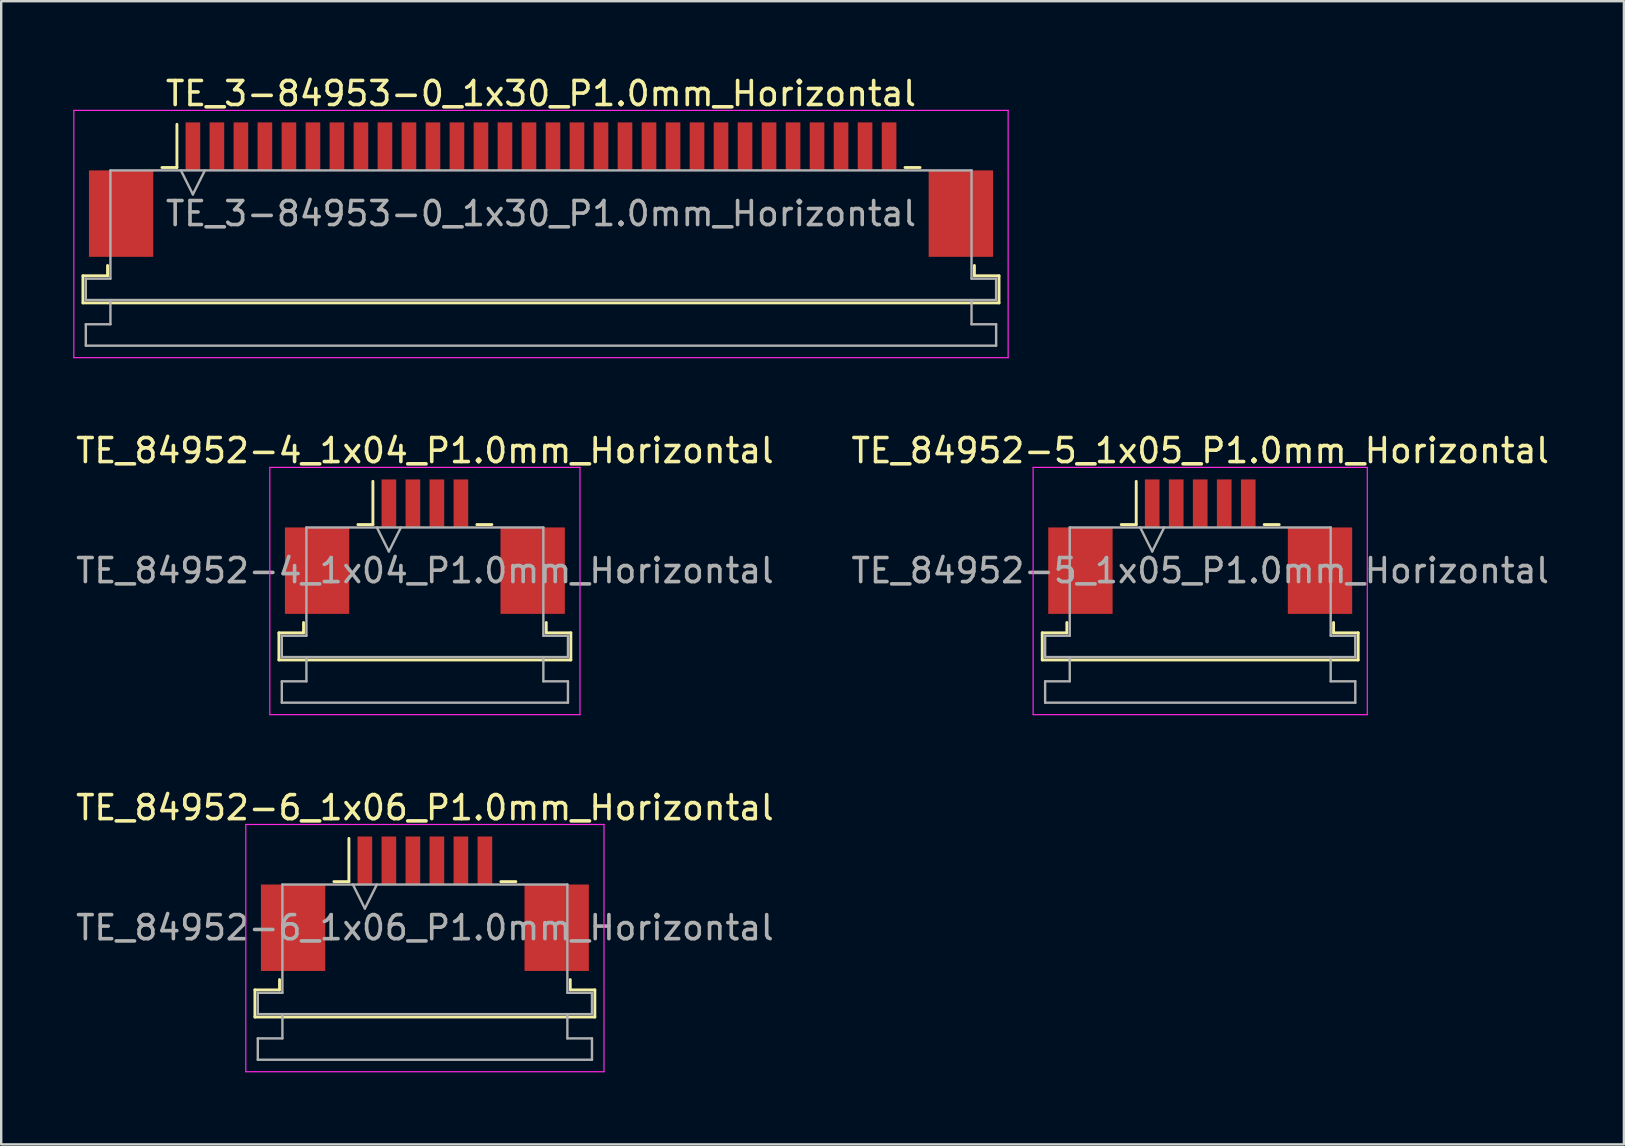
<source format=kicad_pcb>
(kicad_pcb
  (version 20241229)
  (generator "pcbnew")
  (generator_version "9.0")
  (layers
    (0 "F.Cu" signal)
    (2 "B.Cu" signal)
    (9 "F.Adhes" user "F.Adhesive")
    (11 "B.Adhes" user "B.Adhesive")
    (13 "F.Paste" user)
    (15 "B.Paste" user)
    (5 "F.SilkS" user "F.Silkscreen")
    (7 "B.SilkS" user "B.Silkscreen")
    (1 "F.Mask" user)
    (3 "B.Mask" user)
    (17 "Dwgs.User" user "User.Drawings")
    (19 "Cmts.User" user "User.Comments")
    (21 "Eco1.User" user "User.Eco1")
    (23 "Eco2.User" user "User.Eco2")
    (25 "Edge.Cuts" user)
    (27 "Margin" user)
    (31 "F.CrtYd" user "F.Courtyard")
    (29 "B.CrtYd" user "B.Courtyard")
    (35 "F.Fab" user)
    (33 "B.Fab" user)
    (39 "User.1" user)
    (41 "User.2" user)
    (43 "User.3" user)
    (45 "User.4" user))
  (footprint "TE_3-84953-0_1x30_P1.0mm_Horizontal"
    (layer "F.Cu")
    (at 19.485 4.848)
    (property "Reference" "TE_3-84953-0_1x30_P1.0mm_Horizontal" (at 0 -4 0) (layer "F.SilkS") (effects (font (size 1 1) (thickness 0.15))))
    (attr smd)
    (fp_line (start -19.08 3.59) (end -18.055 3.59) (stroke (width 0.12) (type solid)) (layer "F.SilkS"))
    (fp_line (start -19.08 4.72) (end -19.08 3.59) (stroke (width 0.12) (type solid)) (layer "F.SilkS"))
    (fp_line (start -18.055 3.59) (end -18.055 3.16) (stroke (width 0.12) (type solid)) (layer "F.SilkS"))
    (fp_line (start -15.79 -0.92) (end -15.165 -0.92) (stroke (width 0.12) (type solid)) (layer "F.SilkS"))
    (fp_line (start -15.165 -0.92) (end -15.165 -2.72) (stroke (width 0.12) (type solid)) (layer "F.SilkS"))
    (fp_line (start 15.165 -0.92) (end 15.79 -0.92) (stroke (width 0.12) (type solid)) (layer "F.SilkS"))
    (fp_line (start 18.055 3.16) (end 18.055 3.59) (stroke (width 0.12) (type solid)) (layer "F.SilkS"))
    (fp_line (start 18.055 3.59) (end 19.08 3.59) (stroke (width 0.12) (type solid)) (layer "F.SilkS"))
    (fp_line (start 19.08 3.59) (end 19.08 4.72) (stroke (width 0.12) (type solid)) (layer "F.SilkS"))
    (fp_line (start 19.08 4.72) (end -19.08 4.72) (stroke (width 0.12) (type solid)) (layer "F.SilkS"))
    (fp_line (start -19.46 -3.3) (end -19.46 7) (stroke (width 0.05) (type solid)) (layer "F.CrtYd"))
    (fp_line (start -19.46 7) (end 19.46 7) (stroke (width 0.05) (type solid)) (layer "F.CrtYd"))
    (fp_line (start 19.46 -3.3) (end -19.46 -3.3) (stroke (width 0.05) (type solid)) (layer "F.CrtYd"))
    (fp_line (start 19.46 7) (end 19.46 -3.3) (stroke (width 0.05) (type solid)) (layer "F.CrtYd"))
    (fp_line (start -18.96 3.71) (end -17.935 3.71) (stroke (width 0.1) (type solid)) (layer "F.Fab"))
    (fp_line (start -18.96 4.6) (end -18.96 3.71) (stroke (width 0.1) (type solid)) (layer "F.Fab"))
    (fp_line (start -18.96 5.61) (end -17.935 5.61) (stroke (width 0.1) (type solid)) (layer "F.Fab"))
    (fp_line (start -18.96 6.5) (end -18.96 5.61) (stroke (width 0.1) (type solid)) (layer "F.Fab"))
    (fp_line (start -17.935 -0.8) (end 17.935 -0.8) (stroke (width 0.1) (type solid)) (layer "F.Fab"))
    (fp_line (start -17.935 3.71) (end -17.935 -0.8) (stroke (width 0.1) (type solid)) (layer "F.Fab"))
    (fp_line (start -17.935 5.61) (end -17.935 4.6) (stroke (width 0.1) (type solid)) (layer "F.Fab"))
    (fp_line (start -15 -0.8) (end -14.5 0.2) (stroke (width 0.1) (type solid)) (layer "F.Fab"))
    (fp_line (start -14.5 0.2) (end -14 -0.8) (stroke (width 0.1) (type solid)) (layer "F.Fab"))
    (fp_line (start 17.935 -0.8) (end 17.935 3.71) (stroke (width 0.1) (type solid)) (layer "F.Fab"))
    (fp_line (start 17.935 3.71) (end 18.96 3.71) (stroke (width 0.1) (type solid)) (layer "F.Fab"))
    (fp_line (start 17.935 4.6) (end 17.935 5.61) (stroke (width 0.1) (type solid)) (layer "F.Fab"))
    (fp_line (start 17.935 5.61) (end 18.96 5.61) (stroke (width 0.1) (type solid)) (layer "F.Fab"))
    (fp_line (start 18.96 3.71) (end 18.96 4.6) (stroke (width 0.1) (type solid)) (layer "F.Fab"))
    (fp_line (start 18.96 4.6) (end -18.96 4.6) (stroke (width 0.1) (type solid)) (layer "F.Fab"))
    (fp_line (start 18.96 5.61) (end 18.96 6.5) (stroke (width 0.1) (type solid)) (layer "F.Fab"))
    (fp_line (start 18.96 6.5) (end -18.96 6.5) (stroke (width 0.1) (type solid)) (layer "F.Fab"))
    (fp_text user "${REFERENCE}" (at 0 1 0) (layer "F.Fab") (effects (font (size 1 1) (thickness 0.15))))
    (pad "" smd rect (at -17.49 1) (size 2.68 3.6) (layers "F.Cu" "F.Mask" "F.Paste"))
    (pad "" smd rect (at 17.49 1) (size 2.68 3.6) (layers "F.Cu" "F.Mask" "F.Paste"))
    (pad "1" smd rect (at -14.5 -1.8) (size 0.61 2) (layers "F.Cu" "F.Mask" "F.Paste"))
    (pad "2" smd rect (at -13.5 -1.8) (size 0.61 2) (layers "F.Cu" "F.Mask" "F.Paste"))
    (pad "3" smd rect (at -12.5 -1.8) (size 0.61 2) (layers "F.Cu" "F.Mask" "F.Paste"))
    (pad "4" smd rect (at -11.5 -1.8) (size 0.61 2) (layers "F.Cu" "F.Mask" "F.Paste"))
    (pad "5" smd rect (at -10.5 -1.8) (size 0.61 2) (layers "F.Cu" "F.Mask" "F.Paste"))
    (pad "6" smd rect (at -9.5 -1.8) (size 0.61 2) (layers "F.Cu" "F.Mask" "F.Paste"))
    (pad "7" smd rect (at -8.5 -1.8) (size 0.61 2) (layers "F.Cu" "F.Mask" "F.Paste"))
    (pad "8" smd rect (at -7.5 -1.8) (size 0.61 2) (layers "F.Cu" "F.Mask" "F.Paste"))
    (pad "9" smd rect (at -6.5 -1.8) (size 0.61 2) (layers "F.Cu" "F.Mask" "F.Paste"))
    (pad "10" smd rect (at -5.5 -1.8) (size 0.61 2) (layers "F.Cu" "F.Mask" "F.Paste"))
    (pad "11" smd rect (at -4.5 -1.8) (size 0.61 2) (layers "F.Cu" "F.Mask" "F.Paste"))
    (pad "12" smd rect (at -3.5 -1.8) (size 0.61 2) (layers "F.Cu" "F.Mask" "F.Paste"))
    (pad "13" smd rect (at -2.5 -1.8) (size 0.61 2) (layers "F.Cu" "F.Mask" "F.Paste"))
    (pad "14" smd rect (at -1.5 -1.8) (size 0.61 2) (layers "F.Cu" "F.Mask" "F.Paste"))
    (pad "15" smd rect (at -0.5 -1.8) (size 0.61 2) (layers "F.Cu" "F.Mask" "F.Paste"))
    (pad "16" smd rect (at 0.5 -1.8) (size 0.61 2) (layers "F.Cu" "F.Mask" "F.Paste"))
    (pad "17" smd rect (at 1.5 -1.8) (size 0.61 2) (layers "F.Cu" "F.Mask" "F.Paste"))
    (pad "18" smd rect (at 2.5 -1.8) (size 0.61 2) (layers "F.Cu" "F.Mask" "F.Paste"))
    (pad "19" smd rect (at 3.5 -1.8) (size 0.61 2) (layers "F.Cu" "F.Mask" "F.Paste"))
    (pad "20" smd rect (at 4.5 -1.8) (size 0.61 2) (layers "F.Cu" "F.Mask" "F.Paste"))
    (pad "21" smd rect (at 5.5 -1.8) (size 0.61 2) (layers "F.Cu" "F.Mask" "F.Paste"))
    (pad "22" smd rect (at 6.5 -1.8) (size 0.61 2) (layers "F.Cu" "F.Mask" "F.Paste"))
    (pad "23" smd rect (at 7.5 -1.8) (size 0.61 2) (layers "F.Cu" "F.Mask" "F.Paste"))
    (pad "24" smd rect (at 8.5 -1.8) (size 0.61 2) (layers "F.Cu" "F.Mask" "F.Paste"))
    (pad "25" smd rect (at 9.5 -1.8) (size 0.61 2) (layers "F.Cu" "F.Mask" "F.Paste"))
    (pad "26" smd rect (at 10.5 -1.8) (size 0.61 2) (layers "F.Cu" "F.Mask" "F.Paste"))
    (pad "27" smd rect (at 11.5 -1.8) (size 0.61 2) (layers "F.Cu" "F.Mask" "F.Paste"))
    (pad "28" smd rect (at 12.5 -1.8) (size 0.61 2) (layers "F.Cu" "F.Mask" "F.Paste"))
    (pad "29" smd rect (at 13.5 -1.8) (size 0.61 2) (layers "F.Cu" "F.Mask" "F.Paste"))
    (pad "30" smd rect (at 14.5 -1.8) (size 0.61 2) (layers "F.Cu" "F.Mask" "F.Paste")))
  (footprint "TE_84952-4_1x04_P1.0mm_Horizontal"
    (layer "F.Cu")
    (at 14.649 19.721)
    (property "Reference" "TE_84952-4_1x04_P1.0mm_Horizontal" (at 0 -4 0) (layer "F.SilkS") (effects (font (size 1 1) (thickness 0.15))))
    (attr smd)
    (fp_line (start -6.08 3.59) (end -5.055 3.59) (stroke (width 0.12) (type solid)) (layer "F.SilkS"))
    (fp_line (start -6.08 4.72) (end -6.08 3.59) (stroke (width 0.12) (type solid)) (layer "F.SilkS"))
    (fp_line (start -5.055 3.59) (end -5.055 3.16) (stroke (width 0.12) (type solid)) (layer "F.SilkS"))
    (fp_line (start -2.79 -0.92) (end -2.165 -0.92) (stroke (width 0.12) (type solid)) (layer "F.SilkS"))
    (fp_line (start -2.165 -0.92) (end -2.165 -2.72) (stroke (width 0.12) (type solid)) (layer "F.SilkS"))
    (fp_line (start 2.165 -0.92) (end 2.79 -0.92) (stroke (width 0.12) (type solid)) (layer "F.SilkS"))
    (fp_line (start 5.055 3.16) (end 5.055 3.59) (stroke (width 0.12) (type solid)) (layer "F.SilkS"))
    (fp_line (start 5.055 3.59) (end 6.08 3.59) (stroke (width 0.12) (type solid)) (layer "F.SilkS"))
    (fp_line (start 6.08 3.59) (end 6.08 4.72) (stroke (width 0.12) (type solid)) (layer "F.SilkS"))
    (fp_line (start 6.08 4.72) (end -6.08 4.72) (stroke (width 0.12) (type solid)) (layer "F.SilkS"))
    (fp_line (start -6.46 -3.3) (end -6.46 7) (stroke (width 0.05) (type solid)) (layer "F.CrtYd"))
    (fp_line (start -6.46 7) (end 6.46 7) (stroke (width 0.05) (type solid)) (layer "F.CrtYd"))
    (fp_line (start 6.46 -3.3) (end -6.46 -3.3) (stroke (width 0.05) (type solid)) (layer "F.CrtYd"))
    (fp_line (start 6.46 7) (end 6.46 -3.3) (stroke (width 0.05) (type solid)) (layer "F.CrtYd"))
    (fp_line (start -5.96 3.71) (end -4.935 3.71) (stroke (width 0.1) (type solid)) (layer "F.Fab"))
    (fp_line (start -5.96 4.6) (end -5.96 3.71) (stroke (width 0.1) (type solid)) (layer "F.Fab"))
    (fp_line (start -5.96 5.61) (end -4.935 5.61) (stroke (width 0.1) (type solid)) (layer "F.Fab"))
    (fp_line (start -5.96 6.5) (end -5.96 5.61) (stroke (width 0.1) (type solid)) (layer "F.Fab"))
    (fp_line (start -4.935 -0.8) (end 4.935 -0.8) (stroke (width 0.1) (type solid)) (layer "F.Fab"))
    (fp_line (start -4.935 3.71) (end -4.935 -0.8) (stroke (width 0.1) (type solid)) (layer "F.Fab"))
    (fp_line (start -4.935 5.61) (end -4.935 4.6) (stroke (width 0.1) (type solid)) (layer "F.Fab"))
    (fp_line (start -2 -0.8) (end -1.5 0.2) (stroke (width 0.1) (type solid)) (layer "F.Fab"))
    (fp_line (start -1.5 0.2) (end -1 -0.8) (stroke (width 0.1) (type solid)) (layer "F.Fab"))
    (fp_line (start 4.935 -0.8) (end 4.935 3.71) (stroke (width 0.1) (type solid)) (layer "F.Fab"))
    (fp_line (start 4.935 3.71) (end 5.96 3.71) (stroke (width 0.1) (type solid)) (layer "F.Fab"))
    (fp_line (start 4.935 4.6) (end 4.935 5.61) (stroke (width 0.1) (type solid)) (layer "F.Fab"))
    (fp_line (start 4.935 5.61) (end 5.96 5.61) (stroke (width 0.1) (type solid)) (layer "F.Fab"))
    (fp_line (start 5.96 3.71) (end 5.96 4.6) (stroke (width 0.1) (type solid)) (layer "F.Fab"))
    (fp_line (start 5.96 4.6) (end -5.96 4.6) (stroke (width 0.1) (type solid)) (layer "F.Fab"))
    (fp_line (start 5.96 5.61) (end 5.96 6.5) (stroke (width 0.1) (type solid)) (layer "F.Fab"))
    (fp_line (start 5.96 6.5) (end -5.96 6.5) (stroke (width 0.1) (type solid)) (layer "F.Fab"))
    (fp_text user "${REFERENCE}" (at 0 1 0) (layer "F.Fab") (effects (font (size 1 1) (thickness 0.15))))
    (pad "" smd rect (at -4.49 1) (size 2.68 3.6) (layers "F.Cu" "F.Mask" "F.Paste"))
    (pad "" smd rect (at 4.49 1) (size 2.68 3.6) (layers "F.Cu" "F.Mask" "F.Paste"))
    (pad "1" smd rect (at -1.5 -1.8) (size 0.61 2) (layers "F.Cu" "F.Mask" "F.Paste"))
    (pad "2" smd rect (at -0.5 -1.8) (size 0.61 2) (layers "F.Cu" "F.Mask" "F.Paste"))
    (pad "3" smd rect (at 0.5 -1.8) (size 0.61 2) (layers "F.Cu" "F.Mask" "F.Paste"))
    (pad "4" smd rect (at 1.5 -1.8) (size 0.61 2) (layers "F.Cu" "F.Mask" "F.Paste")))
  (footprint "TE_84952-6_1x06_P1.0mm_Horizontal"
    (layer "F.Cu")
    (at 14.649 34.595)
    (property "Reference" "TE_84952-6_1x06_P1.0mm_Horizontal" (at 0 -4 0) (layer "F.SilkS") (effects (font (size 1 1) (thickness 0.15))))
    (attr smd)
    (fp_line (start -7.08 3.59) (end -6.055 3.59) (stroke (width 0.12) (type solid)) (layer "F.SilkS"))
    (fp_line (start -7.08 4.72) (end -7.08 3.59) (stroke (width 0.12) (type solid)) (layer "F.SilkS"))
    (fp_line (start -6.055 3.59) (end -6.055 3.16) (stroke (width 0.12) (type solid)) (layer "F.SilkS"))
    (fp_line (start -3.79 -0.92) (end -3.165 -0.92) (stroke (width 0.12) (type solid)) (layer "F.SilkS"))
    (fp_line (start -3.165 -0.92) (end -3.165 -2.72) (stroke (width 0.12) (type solid)) (layer "F.SilkS"))
    (fp_line (start 3.165 -0.92) (end 3.79 -0.92) (stroke (width 0.12) (type solid)) (layer "F.SilkS"))
    (fp_line (start 6.055 3.16) (end 6.055 3.59) (stroke (width 0.12) (type solid)) (layer "F.SilkS"))
    (fp_line (start 6.055 3.59) (end 7.08 3.59) (stroke (width 0.12) (type solid)) (layer "F.SilkS"))
    (fp_line (start 7.08 3.59) (end 7.08 4.72) (stroke (width 0.12) (type solid)) (layer "F.SilkS"))
    (fp_line (start 7.08 4.72) (end -7.08 4.72) (stroke (width 0.12) (type solid)) (layer "F.SilkS"))
    (fp_line (start -7.46 -3.3) (end -7.46 7) (stroke (width 0.05) (type solid)) (layer "F.CrtYd"))
    (fp_line (start -7.46 7) (end 7.46 7) (stroke (width 0.05) (type solid)) (layer "F.CrtYd"))
    (fp_line (start 7.46 -3.3) (end -7.46 -3.3) (stroke (width 0.05) (type solid)) (layer "F.CrtYd"))
    (fp_line (start 7.46 7) (end 7.46 -3.3) (stroke (width 0.05) (type solid)) (layer "F.CrtYd"))
    (fp_line (start -6.96 3.71) (end -5.935 3.71) (stroke (width 0.1) (type solid)) (layer "F.Fab"))
    (fp_line (start -6.96 4.6) (end -6.96 3.71) (stroke (width 0.1) (type solid)) (layer "F.Fab"))
    (fp_line (start -6.96 5.61) (end -5.935 5.61) (stroke (width 0.1) (type solid)) (layer "F.Fab"))
    (fp_line (start -6.96 6.5) (end -6.96 5.61) (stroke (width 0.1) (type solid)) (layer "F.Fab"))
    (fp_line (start -5.935 -0.8) (end 5.935 -0.8) (stroke (width 0.1) (type solid)) (layer "F.Fab"))
    (fp_line (start -5.935 3.71) (end -5.935 -0.8) (stroke (width 0.1) (type solid)) (layer "F.Fab"))
    (fp_line (start -5.935 5.61) (end -5.935 4.6) (stroke (width 0.1) (type solid)) (layer "F.Fab"))
    (fp_line (start -3 -0.8) (end -2.5 0.2) (stroke (width 0.1) (type solid)) (layer "F.Fab"))
    (fp_line (start -2.5 0.2) (end -2 -0.8) (stroke (width 0.1) (type solid)) (layer "F.Fab"))
    (fp_line (start 5.935 -0.8) (end 5.935 3.71) (stroke (width 0.1) (type solid)) (layer "F.Fab"))
    (fp_line (start 5.935 3.71) (end 6.96 3.71) (stroke (width 0.1) (type solid)) (layer "F.Fab"))
    (fp_line (start 5.935 4.6) (end 5.935 5.61) (stroke (width 0.1) (type solid)) (layer "F.Fab"))
    (fp_line (start 5.935 5.61) (end 6.96 5.61) (stroke (width 0.1) (type solid)) (layer "F.Fab"))
    (fp_line (start 6.96 3.71) (end 6.96 4.6) (stroke (width 0.1) (type solid)) (layer "F.Fab"))
    (fp_line (start 6.96 4.6) (end -6.96 4.6) (stroke (width 0.1) (type solid)) (layer "F.Fab"))
    (fp_line (start 6.96 5.61) (end 6.96 6.5) (stroke (width 0.1) (type solid)) (layer "F.Fab"))
    (fp_line (start 6.96 6.5) (end -6.96 6.5) (stroke (width 0.1) (type solid)) (layer "F.Fab"))
    (fp_text user "${REFERENCE}" (at 0 1 0) (layer "F.Fab") (effects (font (size 1 1) (thickness 0.15))))
    (pad "" smd rect (at -5.49 1) (size 2.68 3.6) (layers "F.Cu" "F.Mask" "F.Paste"))
    (pad "" smd rect (at 5.49 1) (size 2.68 3.6) (layers "F.Cu" "F.Mask" "F.Paste"))
    (pad "1" smd rect (at -2.5 -1.8) (size 0.61 2) (layers "F.Cu" "F.Mask" "F.Paste"))
    (pad "2" smd rect (at -1.5 -1.8) (size 0.61 2) (layers "F.Cu" "F.Mask" "F.Paste"))
    (pad "3" smd rect (at -0.5 -1.8) (size 0.61 2) (layers "F.Cu" "F.Mask" "F.Paste"))
    (pad "4" smd rect (at 0.5 -1.8) (size 0.61 2) (layers "F.Cu" "F.Mask" "F.Paste"))
    (pad "5" smd rect (at 1.5 -1.8) (size 0.61 2) (layers "F.Cu" "F.Mask" "F.Paste"))
    (pad "6" smd rect (at 2.5 -1.8) (size 0.61 2) (layers "F.Cu" "F.Mask" "F.Paste")))
  (footprint "TE_84952-5_1x05_P1.0mm_Horizontal"
    (layer "F.Cu")
    (at 46.946 19.721)
    (property "Reference" "TE_84952-5_1x05_P1.0mm_Horizontal" (at 0 -4 0) (layer "F.SilkS") (effects (font (size 1 1) (thickness 0.15))))
    (attr smd)
    (fp_line (start -6.58 3.59) (end -5.555 3.59) (stroke (width 0.12) (type solid)) (layer "F.SilkS"))
    (fp_line (start -6.58 4.72) (end -6.58 3.59) (stroke (width 0.12) (type solid)) (layer "F.SilkS"))
    (fp_line (start -5.555 3.59) (end -5.555 3.16) (stroke (width 0.12) (type solid)) (layer "F.SilkS"))
    (fp_line (start -3.29 -0.92) (end -2.665 -0.92) (stroke (width 0.12) (type solid)) (layer "F.SilkS"))
    (fp_line (start -2.665 -0.92) (end -2.665 -2.72) (stroke (width 0.12) (type solid)) (layer "F.SilkS"))
    (fp_line (start 2.665 -0.92) (end 3.29 -0.92) (stroke (width 0.12) (type solid)) (layer "F.SilkS"))
    (fp_line (start 5.555 3.16) (end 5.555 3.59) (stroke (width 0.12) (type solid)) (layer "F.SilkS"))
    (fp_line (start 5.555 3.59) (end 6.58 3.59) (stroke (width 0.12) (type solid)) (layer "F.SilkS"))
    (fp_line (start 6.58 3.59) (end 6.58 4.72) (stroke (width 0.12) (type solid)) (layer "F.SilkS"))
    (fp_line (start 6.58 4.72) (end -6.58 4.72) (stroke (width 0.12) (type solid)) (layer "F.SilkS"))
    (fp_line (start -6.96 -3.3) (end -6.96 7) (stroke (width 0.05) (type solid)) (layer "F.CrtYd"))
    (fp_line (start -6.96 7) (end 6.96 7) (stroke (width 0.05) (type solid)) (layer "F.CrtYd"))
    (fp_line (start 6.96 -3.3) (end -6.96 -3.3) (stroke (width 0.05) (type solid)) (layer "F.CrtYd"))
    (fp_line (start 6.96 7) (end 6.96 -3.3) (stroke (width 0.05) (type solid)) (layer "F.CrtYd"))
    (fp_line (start -6.46 3.71) (end -5.435 3.71) (stroke (width 0.1) (type solid)) (layer "F.Fab"))
    (fp_line (start -6.46 4.6) (end -6.46 3.71) (stroke (width 0.1) (type solid)) (layer "F.Fab"))
    (fp_line (start -6.46 5.61) (end -5.435 5.61) (stroke (width 0.1) (type solid)) (layer "F.Fab"))
    (fp_line (start -6.46 6.5) (end -6.46 5.61) (stroke (width 0.1) (type solid)) (layer "F.Fab"))
    (fp_line (start -5.435 -0.8) (end 5.435 -0.8) (stroke (width 0.1) (type solid)) (layer "F.Fab"))
    (fp_line (start -5.435 3.71) (end -5.435 -0.8) (stroke (width 0.1) (type solid)) (layer "F.Fab"))
    (fp_line (start -5.435 5.61) (end -5.435 4.6) (stroke (width 0.1) (type solid)) (layer "F.Fab"))
    (fp_line (start -2.5 -0.8) (end -2 0.2) (stroke (width 0.1) (type solid)) (layer "F.Fab"))
    (fp_line (start -2 0.2) (end -1.5 -0.8) (stroke (width 0.1) (type solid)) (layer "F.Fab"))
    (fp_line (start 5.435 -0.8) (end 5.435 3.71) (stroke (width 0.1) (type solid)) (layer "F.Fab"))
    (fp_line (start 5.435 3.71) (end 6.46 3.71) (stroke (width 0.1) (type solid)) (layer "F.Fab"))
    (fp_line (start 5.435 4.6) (end 5.435 5.61) (stroke (width 0.1) (type solid)) (layer "F.Fab"))
    (fp_line (start 5.435 5.61) (end 6.46 5.61) (stroke (width 0.1) (type solid)) (layer "F.Fab"))
    (fp_line (start 6.46 3.71) (end 6.46 4.6) (stroke (width 0.1) (type solid)) (layer "F.Fab"))
    (fp_line (start 6.46 4.6) (end -6.46 4.6) (stroke (width 0.1) (type solid)) (layer "F.Fab"))
    (fp_line (start 6.46 5.61) (end 6.46 6.5) (stroke (width 0.1) (type solid)) (layer "F.Fab"))
    (fp_line (start 6.46 6.5) (end -6.46 6.5) (stroke (width 0.1) (type solid)) (layer "F.Fab"))
    (fp_text user "${REFERENCE}" (at 0 1 0) (layer "F.Fab") (effects (font (size 1 1) (thickness 0.15))))
    (pad "" smd rect (at -4.99 1) (size 2.68 3.6) (layers "F.Cu" "F.Mask" "F.Paste"))
    (pad "" smd rect (at 4.99 1) (size 2.68 3.6) (layers "F.Cu" "F.Mask" "F.Paste"))
    (pad "1" smd rect (at -2 -1.8) (size 0.61 2) (layers "F.Cu" "F.Mask" "F.Paste"))
    (pad "2" smd rect (at -1 -1.8) (size 0.61 2) (layers "F.Cu" "F.Mask" "F.Paste"))
    (pad "3" smd rect (at 0 -1.8) (size 0.61 2) (layers "F.Cu" "F.Mask" "F.Paste"))
    (pad "4" smd rect (at 1 -1.8) (size 0.61 2) (layers "F.Cu" "F.Mask" "F.Paste"))
    (pad "5" smd rect (at 2 -1.8) (size 0.61 2) (layers "F.Cu" "F.Mask" "F.Paste")))
  (gr_rect
    (start -3 -3)
    (end 64.595 44.62)
    (stroke (width 0.1) (type default))
    (fill no)
    (layer "Edge.Cuts")))
</source>
